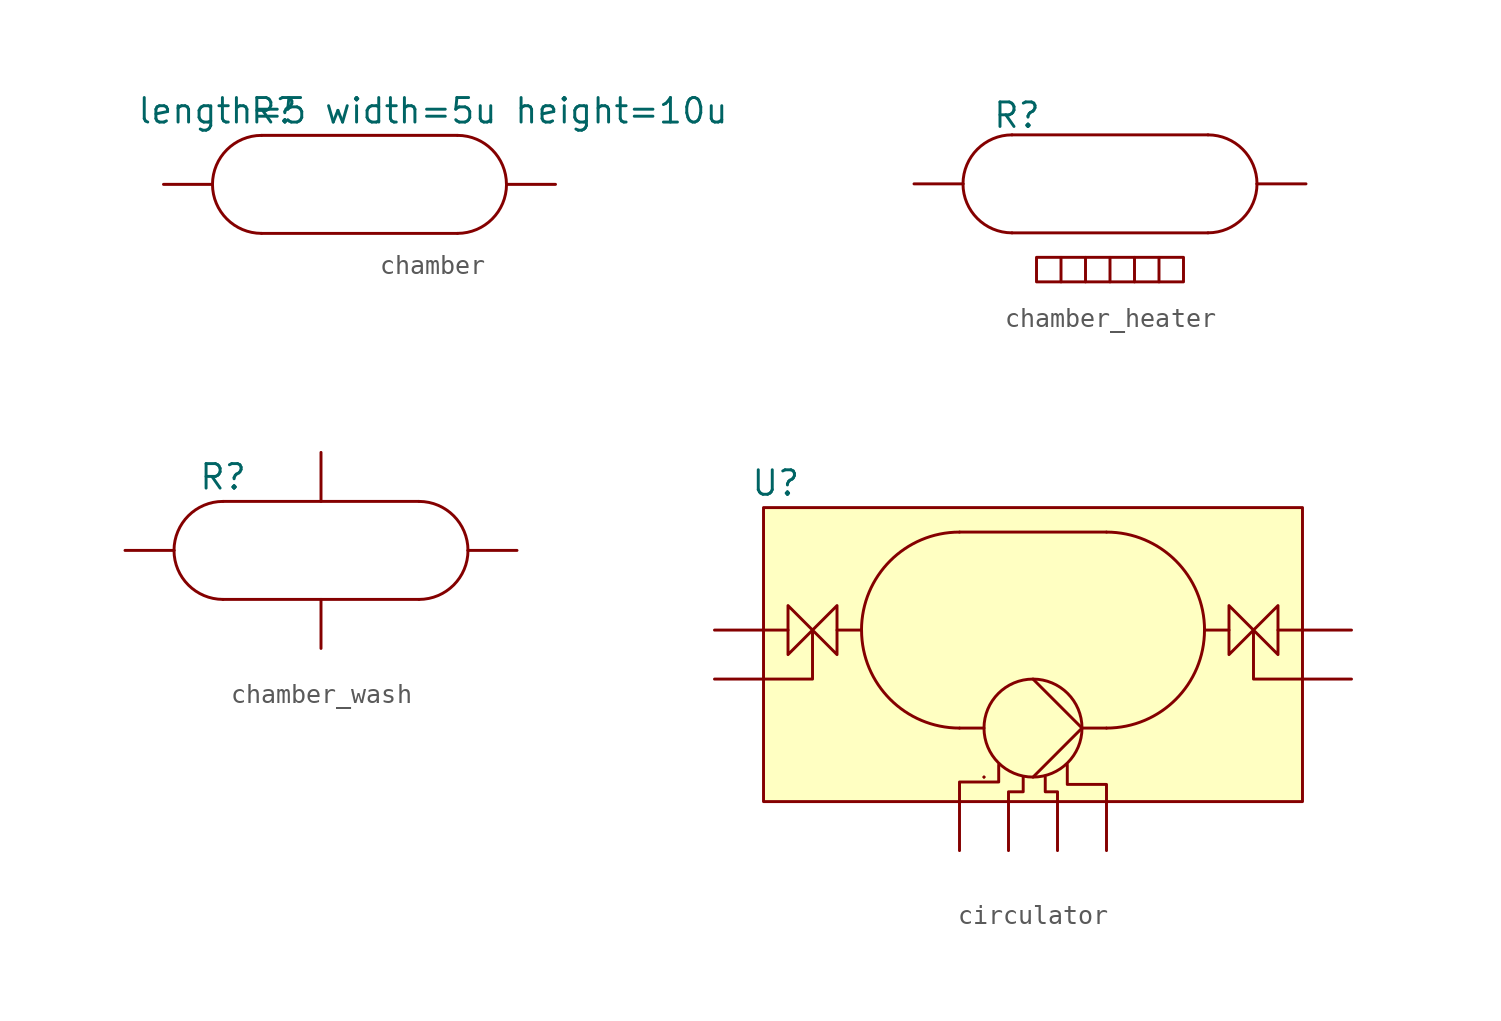
<source format=kicad_sym>
(kicad_symbol_lib
  (version 20231120)
  (generator "kicad_symbol_editor")
  (generator_version "8.0")
  (symbol "chamber"
    (pin_numbers hide)
    (pin_names
      (offset 0) hide)
    (property "Reference" "R"
      (at -4.445 3.81 0)
      (effects (font (size 1.27 1.27))))
    (property "Value" "${SIM.PARAMS}"
      (at 3.81 3.81 0)
      (effects (font (size 1.27 1.27))))
    (property "Sim.Params" "length=5 width=5u height=10u"
      (at 12.446 5.08 0)
      (effects (font (size 1.27 1.27)) (hide yes)))
    (symbol "chamber_1_1"
      (arc (start -7.62 0) (mid -6.8756 -1.7956) (end -5.08 -2.54) (stroke (width 0) (type default)) (fill (type none)))
      (arc (start -5.08 2.54) (mid -6.8749 1.7949) (end -7.62 0) (stroke (width 0) (type default)) (fill (type none)))
      (polyline (pts (xy -5.08 -2.54) (xy 5.08 -2.54)) (stroke (width 0) (type default)) (fill (type none)))
      (polyline (pts (xy 5.08 2.54) (xy -5.08 2.54)) (stroke (width 0) (type default)) (fill (type none)))
      (arc (start 5.08 -2.54) (mid 6.8754 -1.7954) (end 7.62 0) (stroke (width 0) (type default)) (fill (type none)))
      (arc (start 7.62 0) (mid 6.8754 1.7954) (end 5.08 2.54) (stroke (width 0) (type default)) (fill (type none)))
      (pin passive line (at -10.16 0 0) (length 2.54) (name "in" (effects (font (size 1.27 1.27)))) (number "1" (effects (font (size 1.27 1.27)))))
      (pin passive line (at 10.16 0 180) (length 2.54) (name "out" (effects (font (size 1.27 1.27)))) (number "2" (effects (font (size 1.27 1.27)))))))
  (symbol "chamber_heater"
    (pin_numbers hide)
    (pin_names hide)
    (property "Reference" "R"
      (at -4.826 3.556 0)
      (effects (font (size 1.27 1.27))))
    (property "Value" ""
      (at 0 0 0)
      (effects (font (size 1.27 1.27))))
    (symbol "chamber_heater_0_1"
      (rectangle (start -3.81 -3.81) (end 3.81 -5.08) (stroke (width 0) (type default)) (fill (type none)))
      (polyline (pts (xy -2.54 -3.81) (xy -2.54 -5.08)) (stroke (width 0) (type default)) (fill (type none)))
      (polyline (pts (xy -1.27 -3.81) (xy -1.27 -5.08)) (stroke (width 0) (type default)) (fill (type none)))
      (polyline (pts (xy 0 -3.81) (xy 0 -5.08)) (stroke (width 0) (type default)) (fill (type none)))
      (polyline (pts (xy 1.27 -3.81) (xy 1.27 -5.08)) (stroke (width 0) (type default)) (fill (type none)))
      (polyline (pts (xy 2.54 -3.81) (xy 2.54 -5.08)) (stroke (width 0) (type default)) (fill (type none))))
    (symbol "chamber_heater_1_1"
      (arc (start -7.62 0) (mid -6.8756 -1.7956) (end -5.08 -2.54) (stroke (width 0) (type default)) (fill (type none)))
      (arc (start -5.08 2.54) (mid -6.8752 1.7952) (end -7.62 0) (stroke (width 0) (type default)) (fill (type none)))
      (polyline (pts (xy -5.08 -2.54) (xy 5.08 -2.54)) (stroke (width 0) (type default)) (fill (type none)))
      (polyline (pts (xy 5.08 2.54) (xy -5.08 2.54)) (stroke (width 0) (type default)) (fill (type none)))
      (arc (start 5.08 -2.54) (mid 6.8757 -1.7957) (end 7.62 0) (stroke (width 0) (type default)) (fill (type none)))
      (arc (start 7.62 0) (mid 6.8756 1.7956) (end 5.08 2.54) (stroke (width 0) (type default)) (fill (type none)))
      (pin passive line (at -10.16 0 0) (length 2.54) (name "input" (effects (font (size 1.27 1.27)))) (number "1" (effects (font (size 1.27 1.27)))))
      (pin passive line (at 10.16 0 180) (length 2.54) (name "output" (effects (font (size 1.27 1.27)))) (number "2" (effects (font (size 1.27 1.27)))))))
  (symbol "chamber_wash"
    (pin_numbers hide)
    (pin_names hide)
    (property "Reference" "R"
      (at -5.08 3.81 0)
      (effects (font (size 1.27 1.27))))
    (property "Value" ""
      (at 0 0 0)
      (effects (font (size 1.27 1.27))))
    (symbol "chamber_wash_1_1"
      (arc (start -7.62 0) (mid -6.8754 -1.7954) (end -5.08 -2.54) (stroke (width 0) (type default)) (fill (type none)))
      (arc (start -5.08 2.54) (mid -6.8754 1.7954) (end -7.62 0) (stroke (width 0) (type default)) (fill (type none)))
      (polyline (pts (xy -5.08 -2.54) (xy 5.08 -2.54)) (stroke (width 0) (type default)) (fill (type none)))
      (polyline (pts (xy 5.08 2.54) (xy -5.08 2.54)) (stroke (width 0) (type default)) (fill (type none)))
      (arc (start 5.0809 -2.5413) (mid 6.8765 -1.7963) (end 7.62 0) (stroke (width 0) (type default)) (fill (type none)))
      (arc (start 7.62 0) (mid 6.8754 1.7954) (end 5.08 2.54) (stroke (width 0) (type default)) (fill (type none)))
      (pin input line (at -10.16 0 0) (length 2.54) (name "in" (effects (font (size 1.27 1.27)))) (number "" (effects (font (size 1.27 1.27)))))
      (pin output line (at 10.16 0 180) (length 2.54) (name "out" (effects (font (size 1.27 1.27)))) (number "2" (effects (font (size 1.27 1.27)))))
      (pin input line (at 0 5.08 270) (length 2.54) (name "flush_in" (effects (font (size 1.27 1.27)))) (number "3" (effects (font (size 1.27 1.27)))))
      (pin output line (at 0 -5.08 90) (length 2.54) (name "flush_out" (effects (font (size 1.27 1.27)))) (number "4" (effects (font (size 1.27 1.27)))))))
  (symbol "circulator"
    (pin_numbers hide)
    (pin_names hide)
    (property "Reference" "U"
      (at -13.335 7.62 0)
      (effects (font (size 1.27 1.27))))
    (property "Value" ""
      (at 0 -2.54 0)
      (effects (font (size 1.27 1.27))))
    (symbol "circulator_0_1"
      (polyline (pts (xy -2.54 -7.62) (xy -2.54 -7.62)) (stroke (width 0) (type default)) (fill (type none)))
      (polyline (pts (xy -2.54 -7.62) (xy -2.54 -7.62)) (stroke (width 0) (type default)) (fill (type none)))
      (polyline (pts (xy 3.81 5.08) (xy -3.81 5.08)) (stroke (width 0) (type default)) (fill (type none)))
      (polyline (pts (xy 12.7 0) (xy 13.97 0)) (stroke (width 0) (type default)) (fill (type none)))
      (polyline (pts (xy -11.43 0) (xy -11.43 -2.54) (xy -13.97 -2.54)) (stroke (width 0) (type default)) (fill (type none)))
      (polyline (pts (xy 11.43 0) (xy 11.43 -2.54) (xy 13.97 -2.54)) (stroke (width 0) (type default)) (fill (type none)))
      (polyline (pts (xy -3.81 -8.89) (xy -3.81 -7.874) (xy -1.778 -7.874) (xy -1.778 -6.985)) (stroke (width 0) (type default)) (fill (type none)))
      (polyline (pts (xy -1.27 -8.89) (xy -1.27 -8.382) (xy -0.508 -8.382) (xy -0.508 -7.62)) (stroke (width 0) (type default)) (fill (type none)))
      (polyline (pts (xy 1.27 -8.89) (xy 1.27 -8.382) (xy 0.635 -8.382) (xy 0.635 -7.62)) (stroke (width 0) (type default)) (fill (type none)))
      (polyline (pts (xy 3.81 -8.89) (xy 3.81 -8.001) (xy 1.778 -8.001) (xy 1.778 -6.985)) (stroke (width 0) (type default)) (fill (type none)))
      (polyline (pts (xy -10.16 1.27) (xy -12.7 -1.27) (xy -12.7 1.27) (xy -10.16 -1.27) (xy -10.16 1.27)) (stroke (width 0) (type default)) (fill (type none)))
      (polyline (pts (xy 10.16 1.27) (xy 12.7 -1.27) (xy 12.7 1.27) (xy 10.16 -1.27) (xy 10.16 1.27)) (stroke (width 0) (type default)) (fill (type none))))
    (symbol "circulator_1_1"
      (rectangle (start -13.97 6.35) (end 13.97 -8.89) (stroke (width 0) (type default)) (fill (type background)))
      (arc (start -8.89 0) (mid -7.4021 -3.5921) (end -3.81 -5.08) (stroke (width 0) (type default)) (fill (type none)))
      (arc (start -3.81 5.08) (mid -7.4021 3.5921) (end -8.89 0) (stroke (width 0) (type default)) (fill (type none)))
      (circle (center 0 -5.08) (radius 2.54) (stroke (width 0) (type default)) (fill (type none)))
      (polyline (pts (xy -13.97 0) (xy -12.7 0)) (stroke (width 0) (type default)) (fill (type none)))
      (polyline (pts (xy -10.16 0) (xy -8.89 0)) (stroke (width 0) (type default)) (fill (type none)))
      (polyline (pts (xy -2.54 -5.08) (xy -3.81 -5.08)) (stroke (width 0) (type default)) (fill (type none)))
      (polyline (pts (xy 0 -7.62) (xy 2.54 -5.08)) (stroke (width 0) (type default)) (fill (type none)))
      (polyline (pts (xy 0 -2.54) (xy 2.54 -5.08)) (stroke (width 0) (type default)) (fill (type none)))
      (polyline (pts (xy 2.54 -5.08) (xy 3.81 -5.08)) (stroke (width 0) (type default)) (fill (type none)))
      (polyline (pts (xy 10.16 0) (xy 8.89 0)) (stroke (width 0) (type default)) (fill (type none)))
      (arc (start 3.81 -5.08) (mid 7.4021 -3.5921) (end 8.89 0) (stroke (width 0) (type default)) (fill (type none)))
      (arc (start 8.89 0) (mid 7.4021 3.5921) (end 3.81 5.08) (stroke (width 0) (type default)) (fill (type none)))
      (pin input line (at -16.51 0 0) (length 2.54) (name "in" (effects (font (size 1.27 1.27)))) (number "1" (effects (font (size 1.27 1.27)))))
      (pin input line (at -16.51 -2.54 0) (length 2.54) (name "in_ctrl" (effects (font (size 1.27 1.27)))) (number "2" (effects (font (size 1.27 1.27)))))
      (pin input line (at -3.81 -11.43 90) (length 2.54) (name "pump_a" (effects (font (size 1.27 1.27)))) (number "3" (effects (font (size 1.27 1.27)))))
      (pin input line (at -1.27 -11.43 90) (length 2.54) (name "pump_b" (effects (font (size 1.27 1.27)))) (number "4" (effects (font (size 1.27 1.27)))))
      (pin input line (at 1.27 -11.43 90) (length 2.54) (name "pump_c" (effects (font (size 1.27 1.27)))) (number "5" (effects (font (size 1.27 1.27)))))
      (pin input line (at 3.81 -11.43 90) (length 2.54) (name "pump_d" (effects (font (size 1.27 1.27)))) (number "6" (effects (font (size 1.27 1.27)))))
      (pin output line (at 16.51 0 180) (length 2.54) (name "out" (effects (font (size 1.27 1.27)))) (number "7" (effects (font (size 1.27 1.27)))))
      (pin input line (at 16.51 -2.54 180) (length 2.54) (name "out_ctrl" (effects (font (size 1.27 1.27)))) (number "8" (effects (font (size 1.27 1.27))))))))
</source>
